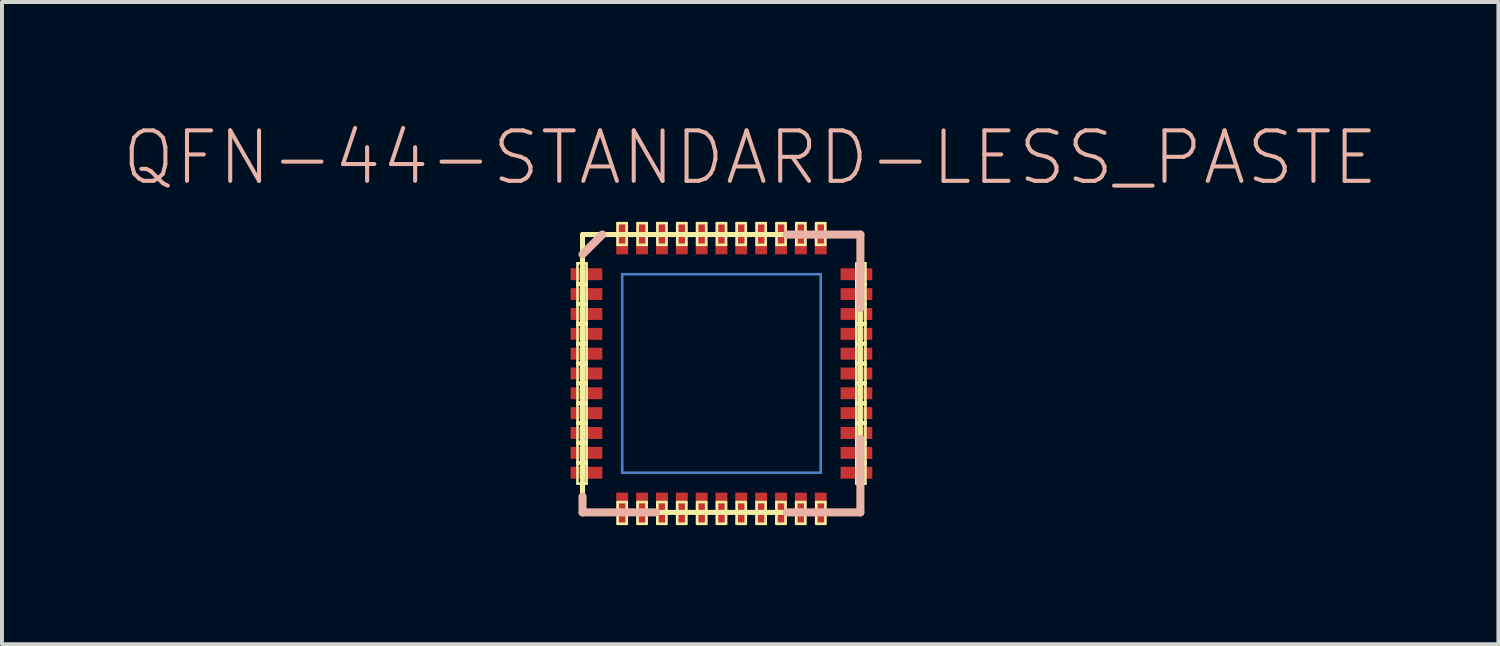
<source format=kicad_pcb>
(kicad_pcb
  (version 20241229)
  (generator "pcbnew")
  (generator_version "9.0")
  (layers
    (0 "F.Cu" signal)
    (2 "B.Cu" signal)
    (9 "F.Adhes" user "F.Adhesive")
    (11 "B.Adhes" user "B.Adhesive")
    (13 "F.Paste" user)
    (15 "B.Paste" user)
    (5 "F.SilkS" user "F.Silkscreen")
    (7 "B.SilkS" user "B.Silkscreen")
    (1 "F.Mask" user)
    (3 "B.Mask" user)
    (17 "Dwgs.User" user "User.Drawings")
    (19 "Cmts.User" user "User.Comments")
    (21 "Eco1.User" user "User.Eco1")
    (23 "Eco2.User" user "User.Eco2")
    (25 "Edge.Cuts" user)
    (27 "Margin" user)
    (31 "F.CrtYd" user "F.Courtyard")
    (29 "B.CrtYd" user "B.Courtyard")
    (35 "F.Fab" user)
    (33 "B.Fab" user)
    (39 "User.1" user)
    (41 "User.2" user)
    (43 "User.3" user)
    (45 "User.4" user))
  (footprint "QFN-44-STANDARD-LESS_PASTE"
    (layer "F.Cu")
    (at 15.116 6.354)
    (property "Reference" "QFN-44-STANDARD-LESS_PASTE" (at 0.724 -5.433 0) (layer "B.SilkS") (effects (font (size 1.27 1.27) (thickness 0.102))))
    (attr smd)
    (fp_line (start -2.499 -2.499) (end 2.499 -2.499) (stroke (width 0.066) (type solid)) (layer "B.Cu"))
    (fp_line (start -2.499 2.499) (end -2.499 -2.499) (stroke (width 0.066) (type solid)) (layer "B.Cu"))
    (fp_line (start -2.499 2.499) (end 2.499 2.499) (stroke (width 0.066) (type solid)) (layer "B.Cu"))
    (fp_line (start 2.499 2.499) (end 2.499 -2.499) (stroke (width 0.066) (type solid)) (layer "B.Cu"))
    (fp_line (start -3.625 -2.774) (end -3.396 -2.774) (stroke (width 0.066) (type solid)) (layer "F.SilkS"))
    (fp_line (start -3.625 -2.273) (end -3.396 -2.273) (stroke (width 0.066) (type solid)) (layer "F.SilkS"))
    (fp_line (start -3.625 -2.228) (end -3.625 -2.774) (stroke (width 0.066) (type solid)) (layer "F.SilkS"))
    (fp_line (start -3.625 -2.228) (end -3.396 -2.228) (stroke (width 0.066) (type solid)) (layer "F.SilkS"))
    (fp_line (start -3.625 -1.773) (end -3.396 -1.773) (stroke (width 0.066) (type solid)) (layer "F.SilkS"))
    (fp_line (start -3.625 -1.727) (end -3.625 -2.273) (stroke (width 0.066) (type solid)) (layer "F.SilkS"))
    (fp_line (start -3.625 -1.727) (end -3.396 -1.727) (stroke (width 0.066) (type solid)) (layer "F.SilkS"))
    (fp_line (start -3.625 -1.275) (end -3.396 -1.275) (stroke (width 0.066) (type solid)) (layer "F.SilkS"))
    (fp_line (start -3.625 -1.227) (end -3.625 -1.773) (stroke (width 0.066) (type solid)) (layer "F.SilkS"))
    (fp_line (start -3.625 -1.227) (end -3.396 -1.227) (stroke (width 0.066) (type solid)) (layer "F.SilkS"))
    (fp_line (start -3.625 -0.77) (end -3.396 -0.77) (stroke (width 0.066) (type solid)) (layer "F.SilkS"))
    (fp_line (start -3.625 -0.729) (end -3.625 -1.275) (stroke (width 0.066) (type solid)) (layer "F.SilkS"))
    (fp_line (start -3.625 -0.729) (end -3.396 -0.729) (stroke (width 0.066) (type solid)) (layer "F.SilkS"))
    (fp_line (start -3.625 -0.272) (end -3.396 -0.272) (stroke (width 0.066) (type solid)) (layer "F.SilkS"))
    (fp_line (start -3.625 -0.224) (end -3.625 -0.77) (stroke (width 0.066) (type solid)) (layer "F.SilkS"))
    (fp_line (start -3.625 -0.224) (end -3.396 -0.224) (stroke (width 0.066) (type solid)) (layer "F.SilkS"))
    (fp_line (start -3.625 0.226) (end -3.396 0.226) (stroke (width 0.066) (type solid)) (layer "F.SilkS"))
    (fp_line (start -3.625 0.272) (end -3.625 -0.272) (stroke (width 0.066) (type solid)) (layer "F.SilkS"))
    (fp_line (start -3.625 0.272) (end -3.396 0.272) (stroke (width 0.066) (type solid)) (layer "F.SilkS"))
    (fp_line (start -3.625 0.726) (end -3.396 0.726) (stroke (width 0.066) (type solid)) (layer "F.SilkS"))
    (fp_line (start -3.625 0.772) (end -3.625 0.226) (stroke (width 0.066) (type solid)) (layer "F.SilkS"))
    (fp_line (start -3.625 0.772) (end -3.396 0.772) (stroke (width 0.066) (type solid)) (layer "F.SilkS"))
    (fp_line (start -3.625 1.224) (end -3.396 1.224) (stroke (width 0.066) (type solid)) (layer "F.SilkS"))
    (fp_line (start -3.625 1.273) (end -3.625 0.726) (stroke (width 0.066) (type solid)) (layer "F.SilkS"))
    (fp_line (start -3.625 1.273) (end -3.396 1.273) (stroke (width 0.066) (type solid)) (layer "F.SilkS"))
    (fp_line (start -3.625 1.722) (end -3.396 1.722) (stroke (width 0.066) (type solid)) (layer "F.SilkS"))
    (fp_line (start -3.625 1.77) (end -3.625 1.224) (stroke (width 0.066) (type solid)) (layer "F.SilkS"))
    (fp_line (start -3.625 1.77) (end -3.396 1.77) (stroke (width 0.066) (type solid)) (layer "F.SilkS"))
    (fp_line (start -3.625 2.228) (end -3.396 2.228) (stroke (width 0.066) (type solid)) (layer "F.SilkS"))
    (fp_line (start -3.625 2.268) (end -3.625 1.722) (stroke (width 0.066) (type solid)) (layer "F.SilkS"))
    (fp_line (start -3.625 2.268) (end -3.396 2.268) (stroke (width 0.066) (type solid)) (layer "F.SilkS"))
    (fp_line (start -3.625 2.774) (end -3.625 2.228) (stroke (width 0.066) (type solid)) (layer "F.SilkS"))
    (fp_line (start -3.625 2.774) (end -3.396 2.774) (stroke (width 0.066) (type solid)) (layer "F.SilkS"))
    (fp_line (start -3.498 -3.498) (end -3.498 3.498) (stroke (width 0.127) (type solid)) (layer "F.SilkS"))
    (fp_line (start -3.399 3.498) (end 3.498 3.498) (stroke (width 0.127) (type solid)) (layer "F.SilkS"))
    (fp_line (start -3.396 -2.228) (end -3.396 -2.774) (stroke (width 0.066) (type solid)) (layer "F.SilkS"))
    (fp_line (start -3.396 -1.727) (end -3.396 -2.273) (stroke (width 0.066) (type solid)) (layer "F.SilkS"))
    (fp_line (start -3.396 -1.227) (end -3.396 -1.773) (stroke (width 0.066) (type solid)) (layer "F.SilkS"))
    (fp_line (start -3.396 -0.729) (end -3.396 -1.275) (stroke (width 0.066) (type solid)) (layer "F.SilkS"))
    (fp_line (start -3.396 -0.224) (end -3.396 -0.77) (stroke (width 0.066) (type solid)) (layer "F.SilkS"))
    (fp_line (start -3.396 0.272) (end -3.396 -0.272) (stroke (width 0.066) (type solid)) (layer "F.SilkS"))
    (fp_line (start -3.396 0.772) (end -3.396 0.226) (stroke (width 0.066) (type solid)) (layer "F.SilkS"))
    (fp_line (start -3.396 1.273) (end -3.396 0.726) (stroke (width 0.066) (type solid)) (layer "F.SilkS"))
    (fp_line (start -3.396 1.77) (end -3.396 1.224) (stroke (width 0.066) (type solid)) (layer "F.SilkS"))
    (fp_line (start -3.396 2.268) (end -3.396 1.722) (stroke (width 0.066) (type solid)) (layer "F.SilkS"))
    (fp_line (start -3.396 2.774) (end -3.396 2.228) (stroke (width 0.066) (type solid)) (layer "F.SilkS"))
    (fp_line (start -2.616 -3.785) (end -2.388 -3.785) (stroke (width 0.066) (type solid)) (layer "F.SilkS"))
    (fp_line (start -2.616 -3.239) (end -2.616 -3.785) (stroke (width 0.066) (type solid)) (layer "F.SilkS"))
    (fp_line (start -2.616 -3.239) (end -2.388 -3.239) (stroke (width 0.066) (type solid)) (layer "F.SilkS"))
    (fp_line (start -2.614 3.239) (end -2.385 3.239) (stroke (width 0.066) (type solid)) (layer "F.SilkS"))
    (fp_line (start -2.614 3.785) (end -2.614 3.239) (stroke (width 0.066) (type solid)) (layer "F.SilkS"))
    (fp_line (start -2.614 3.785) (end -2.385 3.785) (stroke (width 0.066) (type solid)) (layer "F.SilkS"))
    (fp_line (start -2.388 -3.239) (end -2.388 -3.785) (stroke (width 0.066) (type solid)) (layer "F.SilkS"))
    (fp_line (start -2.385 3.785) (end -2.385 3.239) (stroke (width 0.066) (type solid)) (layer "F.SilkS"))
    (fp_line (start -2.113 3.239) (end -1.885 3.239) (stroke (width 0.066) (type solid)) (layer "F.SilkS"))
    (fp_line (start -2.113 3.785) (end -2.113 3.239) (stroke (width 0.066) (type solid)) (layer "F.SilkS"))
    (fp_line (start -2.113 3.785) (end -1.885 3.785) (stroke (width 0.066) (type solid)) (layer "F.SilkS"))
    (fp_line (start -2.111 -3.785) (end -1.882 -3.785) (stroke (width 0.066) (type solid)) (layer "F.SilkS"))
    (fp_line (start -2.111 -3.239) (end -2.111 -3.785) (stroke (width 0.066) (type solid)) (layer "F.SilkS"))
    (fp_line (start -2.111 -3.239) (end -1.882 -3.239) (stroke (width 0.066) (type solid)) (layer "F.SilkS"))
    (fp_line (start -1.885 3.785) (end -1.885 3.239) (stroke (width 0.066) (type solid)) (layer "F.SilkS"))
    (fp_line (start -1.882 -3.239) (end -1.882 -3.785) (stroke (width 0.066) (type solid)) (layer "F.SilkS"))
    (fp_line (start -1.615 3.239) (end -1.387 3.239) (stroke (width 0.066) (type solid)) (layer "F.SilkS"))
    (fp_line (start -1.615 3.785) (end -1.615 3.239) (stroke (width 0.066) (type solid)) (layer "F.SilkS"))
    (fp_line (start -1.615 3.785) (end -1.387 3.785) (stroke (width 0.066) (type solid)) (layer "F.SilkS"))
    (fp_line (start -1.613 -3.785) (end -1.384 -3.785) (stroke (width 0.066) (type solid)) (layer "F.SilkS"))
    (fp_line (start -1.613 -3.239) (end -1.613 -3.785) (stroke (width 0.066) (type solid)) (layer "F.SilkS"))
    (fp_line (start -1.613 -3.239) (end -1.384 -3.239) (stroke (width 0.066) (type solid)) (layer "F.SilkS"))
    (fp_line (start -1.387 3.785) (end -1.387 3.239) (stroke (width 0.066) (type solid)) (layer "F.SilkS"))
    (fp_line (start -1.384 -3.239) (end -1.384 -3.785) (stroke (width 0.066) (type solid)) (layer "F.SilkS"))
    (fp_line (start -1.115 3.239) (end -0.886 3.239) (stroke (width 0.066) (type solid)) (layer "F.SilkS"))
    (fp_line (start -1.115 3.785) (end -1.115 3.239) (stroke (width 0.066) (type solid)) (layer "F.SilkS"))
    (fp_line (start -1.115 3.785) (end -0.886 3.785) (stroke (width 0.066) (type solid)) (layer "F.SilkS"))
    (fp_line (start -1.113 -3.785) (end -0.884 -3.785) (stroke (width 0.066) (type solid)) (layer "F.SilkS"))
    (fp_line (start -1.113 -3.239) (end -1.113 -3.785) (stroke (width 0.066) (type solid)) (layer "F.SilkS"))
    (fp_line (start -1.113 -3.239) (end -0.884 -3.239) (stroke (width 0.066) (type solid)) (layer "F.SilkS"))
    (fp_line (start -0.886 3.785) (end -0.886 3.239) (stroke (width 0.066) (type solid)) (layer "F.SilkS"))
    (fp_line (start -0.884 -3.239) (end -0.884 -3.785) (stroke (width 0.066) (type solid)) (layer "F.SilkS"))
    (fp_line (start -0.612 -3.785) (end -0.384 -3.785) (stroke (width 0.066) (type solid)) (layer "F.SilkS"))
    (fp_line (start -0.612 -3.239) (end -0.612 -3.785) (stroke (width 0.066) (type solid)) (layer "F.SilkS"))
    (fp_line (start -0.612 -3.239) (end -0.384 -3.239) (stroke (width 0.066) (type solid)) (layer "F.SilkS"))
    (fp_line (start -0.612 3.239) (end -0.384 3.239) (stroke (width 0.066) (type solid)) (layer "F.SilkS"))
    (fp_line (start -0.612 3.785) (end -0.612 3.239) (stroke (width 0.066) (type solid)) (layer "F.SilkS"))
    (fp_line (start -0.612 3.785) (end -0.384 3.785) (stroke (width 0.066) (type solid)) (layer "F.SilkS"))
    (fp_line (start -0.384 -3.239) (end -0.384 -3.785) (stroke (width 0.066) (type solid)) (layer "F.SilkS"))
    (fp_line (start -0.384 3.785) (end -0.384 3.239) (stroke (width 0.066) (type solid)) (layer "F.SilkS"))
    (fp_line (start -0.114 -3.785) (end 0.114 -3.785) (stroke (width 0.066) (type solid)) (layer "F.SilkS"))
    (fp_line (start -0.114 -3.239) (end -0.114 -3.785) (stroke (width 0.066) (type solid)) (layer "F.SilkS"))
    (fp_line (start -0.114 -3.239) (end 0.114 -3.239) (stroke (width 0.066) (type solid)) (layer "F.SilkS"))
    (fp_line (start -0.114 3.239) (end 0.114 3.239) (stroke (width 0.066) (type solid)) (layer "F.SilkS"))
    (fp_line (start -0.114 3.785) (end -0.114 3.239) (stroke (width 0.066) (type solid)) (layer "F.SilkS"))
    (fp_line (start -0.114 3.785) (end 0.114 3.785) (stroke (width 0.066) (type solid)) (layer "F.SilkS"))
    (fp_line (start 0.114 -3.239) (end 0.114 -3.785) (stroke (width 0.066) (type solid)) (layer "F.SilkS"))
    (fp_line (start 0.114 3.785) (end 0.114 3.239) (stroke (width 0.066) (type solid)) (layer "F.SilkS"))
    (fp_line (start 0.384 -3.785) (end 0.612 -3.785) (stroke (width 0.066) (type solid)) (layer "F.SilkS"))
    (fp_line (start 0.384 -3.239) (end 0.384 -3.785) (stroke (width 0.066) (type solid)) (layer "F.SilkS"))
    (fp_line (start 0.384 -3.239) (end 0.612 -3.239) (stroke (width 0.066) (type solid)) (layer "F.SilkS"))
    (fp_line (start 0.384 3.239) (end 0.612 3.239) (stroke (width 0.066) (type solid)) (layer "F.SilkS"))
    (fp_line (start 0.384 3.785) (end 0.384 3.239) (stroke (width 0.066) (type solid)) (layer "F.SilkS"))
    (fp_line (start 0.384 3.785) (end 0.612 3.785) (stroke (width 0.066) (type solid)) (layer "F.SilkS"))
    (fp_line (start 0.612 -3.239) (end 0.612 -3.785) (stroke (width 0.066) (type solid)) (layer "F.SilkS"))
    (fp_line (start 0.612 3.785) (end 0.612 3.239) (stroke (width 0.066) (type solid)) (layer "F.SilkS"))
    (fp_line (start 0.884 3.239) (end 1.113 3.239) (stroke (width 0.066) (type solid)) (layer "F.SilkS"))
    (fp_line (start 0.884 3.785) (end 0.884 3.239) (stroke (width 0.066) (type solid)) (layer "F.SilkS"))
    (fp_line (start 0.884 3.785) (end 1.113 3.785) (stroke (width 0.066) (type solid)) (layer "F.SilkS"))
    (fp_line (start 0.886 -3.785) (end 1.115 -3.785) (stroke (width 0.066) (type solid)) (layer "F.SilkS"))
    (fp_line (start 0.886 -3.239) (end 0.886 -3.785) (stroke (width 0.066) (type solid)) (layer "F.SilkS"))
    (fp_line (start 0.886 -3.239) (end 1.115 -3.239) (stroke (width 0.066) (type solid)) (layer "F.SilkS"))
    (fp_line (start 1.113 3.785) (end 1.113 3.239) (stroke (width 0.066) (type solid)) (layer "F.SilkS"))
    (fp_line (start 1.115 -3.239) (end 1.115 -3.785) (stroke (width 0.066) (type solid)) (layer "F.SilkS"))
    (fp_line (start 1.384 3.239) (end 1.613 3.239) (stroke (width 0.066) (type solid)) (layer "F.SilkS"))
    (fp_line (start 1.384 3.785) (end 1.384 3.239) (stroke (width 0.066) (type solid)) (layer "F.SilkS"))
    (fp_line (start 1.384 3.785) (end 1.613 3.785) (stroke (width 0.066) (type solid)) (layer "F.SilkS"))
    (fp_line (start 1.387 -3.785) (end 1.615 -3.785) (stroke (width 0.066) (type solid)) (layer "F.SilkS"))
    (fp_line (start 1.387 -3.239) (end 1.387 -3.785) (stroke (width 0.066) (type solid)) (layer "F.SilkS"))
    (fp_line (start 1.387 -3.239) (end 1.615 -3.239) (stroke (width 0.066) (type solid)) (layer "F.SilkS"))
    (fp_line (start 1.613 3.785) (end 1.613 3.239) (stroke (width 0.066) (type solid)) (layer "F.SilkS"))
    (fp_line (start 1.615 -3.239) (end 1.615 -3.785) (stroke (width 0.066) (type solid)) (layer "F.SilkS"))
    (fp_line (start 1.882 3.239) (end 2.111 3.239) (stroke (width 0.066) (type solid)) (layer "F.SilkS"))
    (fp_line (start 1.882 3.785) (end 1.882 3.239) (stroke (width 0.066) (type solid)) (layer "F.SilkS"))
    (fp_line (start 1.882 3.785) (end 2.111 3.785) (stroke (width 0.066) (type solid)) (layer "F.SilkS"))
    (fp_line (start 1.885 -3.785) (end 2.113 -3.785) (stroke (width 0.066) (type solid)) (layer "F.SilkS"))
    (fp_line (start 1.885 -3.239) (end 1.885 -3.785) (stroke (width 0.066) (type solid)) (layer "F.SilkS"))
    (fp_line (start 1.885 -3.239) (end 2.113 -3.239) (stroke (width 0.066) (type solid)) (layer "F.SilkS"))
    (fp_line (start 2.111 3.785) (end 2.111 3.239) (stroke (width 0.066) (type solid)) (layer "F.SilkS"))
    (fp_line (start 2.113 -3.239) (end 2.113 -3.785) (stroke (width 0.066) (type solid)) (layer "F.SilkS"))
    (fp_line (start 2.385 -3.785) (end 2.614 -3.785) (stroke (width 0.066) (type solid)) (layer "F.SilkS"))
    (fp_line (start 2.385 -3.239) (end 2.385 -3.785) (stroke (width 0.066) (type solid)) (layer "F.SilkS"))
    (fp_line (start 2.385 -3.239) (end 2.614 -3.239) (stroke (width 0.066) (type solid)) (layer "F.SilkS"))
    (fp_line (start 2.388 3.239) (end 2.616 3.239) (stroke (width 0.066) (type solid)) (layer "F.SilkS"))
    (fp_line (start 2.388 3.785) (end 2.388 3.239) (stroke (width 0.066) (type solid)) (layer "F.SilkS"))
    (fp_line (start 2.388 3.785) (end 2.616 3.785) (stroke (width 0.066) (type solid)) (layer "F.SilkS"))
    (fp_line (start 2.614 -3.239) (end 2.614 -3.785) (stroke (width 0.066) (type solid)) (layer "F.SilkS"))
    (fp_line (start 2.616 3.785) (end 2.616 3.239) (stroke (width 0.066) (type solid)) (layer "F.SilkS"))
    (fp_line (start 3.396 -2.774) (end 3.625 -2.774) (stroke (width 0.066) (type solid)) (layer "F.SilkS"))
    (fp_line (start 3.396 -2.268) (end 3.625 -2.268) (stroke (width 0.066) (type solid)) (layer "F.SilkS"))
    (fp_line (start 3.396 -2.228) (end 3.396 -2.774) (stroke (width 0.066) (type solid)) (layer "F.SilkS"))
    (fp_line (start 3.396 -2.228) (end 3.625 -2.228) (stroke (width 0.066) (type solid)) (layer "F.SilkS"))
    (fp_line (start 3.396 -1.77) (end 3.625 -1.77) (stroke (width 0.066) (type solid)) (layer "F.SilkS"))
    (fp_line (start 3.396 -1.722) (end 3.396 -2.268) (stroke (width 0.066) (type solid)) (layer "F.SilkS"))
    (fp_line (start 3.396 -1.722) (end 3.625 -1.722) (stroke (width 0.066) (type solid)) (layer "F.SilkS"))
    (fp_line (start 3.396 -1.273) (end 3.625 -1.273) (stroke (width 0.066) (type solid)) (layer "F.SilkS"))
    (fp_line (start 3.396 -1.224) (end 3.396 -1.77) (stroke (width 0.066) (type solid)) (layer "F.SilkS"))
    (fp_line (start 3.396 -1.224) (end 3.625 -1.224) (stroke (width 0.066) (type solid)) (layer "F.SilkS"))
    (fp_line (start 3.396 -0.772) (end 3.625 -0.772) (stroke (width 0.066) (type solid)) (layer "F.SilkS"))
    (fp_line (start 3.396 -0.726) (end 3.396 -1.273) (stroke (width 0.066) (type solid)) (layer "F.SilkS"))
    (fp_line (start 3.396 -0.726) (end 3.625 -0.726) (stroke (width 0.066) (type solid)) (layer "F.SilkS"))
    (fp_line (start 3.396 -0.272) (end 3.625 -0.272) (stroke (width 0.066) (type solid)) (layer "F.SilkS"))
    (fp_line (start 3.396 -0.226) (end 3.396 -0.772) (stroke (width 0.066) (type solid)) (layer "F.SilkS"))
    (fp_line (start 3.396 -0.226) (end 3.625 -0.226) (stroke (width 0.066) (type solid)) (layer "F.SilkS"))
    (fp_line (start 3.396 0.224) (end 3.625 0.224) (stroke (width 0.066) (type solid)) (layer "F.SilkS"))
    (fp_line (start 3.396 0.272) (end 3.396 -0.272) (stroke (width 0.066) (type solid)) (layer "F.SilkS"))
    (fp_line (start 3.396 0.272) (end 3.625 0.272) (stroke (width 0.066) (type solid)) (layer "F.SilkS"))
    (fp_line (start 3.396 0.729) (end 3.625 0.729) (stroke (width 0.066) (type solid)) (layer "F.SilkS"))
    (fp_line (start 3.396 0.77) (end 3.396 0.224) (stroke (width 0.066) (type solid)) (layer "F.SilkS"))
    (fp_line (start 3.396 0.77) (end 3.625 0.77) (stroke (width 0.066) (type solid)) (layer "F.SilkS"))
    (fp_line (start 3.396 1.227) (end 3.625 1.227) (stroke (width 0.066) (type solid)) (layer "F.SilkS"))
    (fp_line (start 3.396 1.275) (end 3.396 0.729) (stroke (width 0.066) (type solid)) (layer "F.SilkS"))
    (fp_line (start 3.396 1.275) (end 3.625 1.275) (stroke (width 0.066) (type solid)) (layer "F.SilkS"))
    (fp_line (start 3.396 1.727) (end 3.625 1.727) (stroke (width 0.066) (type solid)) (layer "F.SilkS"))
    (fp_line (start 3.396 1.773) (end 3.396 1.227) (stroke (width 0.066) (type solid)) (layer "F.SilkS"))
    (fp_line (start 3.396 1.773) (end 3.625 1.773) (stroke (width 0.066) (type solid)) (layer "F.SilkS"))
    (fp_line (start 3.396 2.228) (end 3.625 2.228) (stroke (width 0.066) (type solid)) (layer "F.SilkS"))
    (fp_line (start 3.396 2.273) (end 3.396 1.727) (stroke (width 0.066) (type solid)) (layer "F.SilkS"))
    (fp_line (start 3.396 2.273) (end 3.625 2.273) (stroke (width 0.066) (type solid)) (layer "F.SilkS"))
    (fp_line (start 3.396 2.774) (end 3.396 2.228) (stroke (width 0.066) (type solid)) (layer "F.SilkS"))
    (fp_line (start 3.396 2.774) (end 3.625 2.774) (stroke (width 0.066) (type solid)) (layer "F.SilkS"))
    (fp_line (start 3.498 -3.498) (end -3.498 -3.498) (stroke (width 0.127) (type solid)) (layer "F.SilkS"))
    (fp_line (start 3.498 3.498) (end 3.498 -3.498) (stroke (width 0.127) (type solid)) (layer "F.SilkS"))
    (fp_line (start 3.625 -2.228) (end 3.625 -2.774) (stroke (width 0.066) (type solid)) (layer "F.SilkS"))
    (fp_line (start 3.625 -1.722) (end 3.625 -2.268) (stroke (width 0.066) (type solid)) (layer "F.SilkS"))
    (fp_line (start 3.625 -1.224) (end 3.625 -1.77) (stroke (width 0.066) (type solid)) (layer "F.SilkS"))
    (fp_line (start 3.625 -0.726) (end 3.625 -1.273) (stroke (width 0.066) (type solid)) (layer "F.SilkS"))
    (fp_line (start 3.625 -0.226) (end 3.625 -0.772) (stroke (width 0.066) (type solid)) (layer "F.SilkS"))
    (fp_line (start 3.625 0.272) (end 3.625 -0.272) (stroke (width 0.066) (type solid)) (layer "F.SilkS"))
    (fp_line (start 3.625 0.77) (end 3.625 0.224) (stroke (width 0.066) (type solid)) (layer "F.SilkS"))
    (fp_line (start 3.625 1.275) (end 3.625 0.729) (stroke (width 0.066) (type solid)) (layer "F.SilkS"))
    (fp_line (start 3.625 1.773) (end 3.625 1.227) (stroke (width 0.066) (type solid)) (layer "F.SilkS"))
    (fp_line (start 3.625 2.273) (end 3.625 1.727) (stroke (width 0.066) (type solid)) (layer "F.SilkS"))
    (fp_line (start 3.625 2.774) (end 3.625 2.228) (stroke (width 0.066) (type solid)) (layer "F.SilkS"))
    (fp_line (start -3.498 3.498) (end -3.498 3.099) (stroke (width 0.203) (type solid)) (layer "B.SilkS"))
    (fp_line (start -3 -3.498) (end -3.498 -3) (stroke (width 0.203) (type solid)) (layer "B.SilkS"))
    (fp_line (start -1.648 3.498) (end -3.498 3.498) (stroke (width 0.203) (type solid)) (layer "B.SilkS"))
    (fp_line (start 1.648 3.498) (end 3.498 3.498) (stroke (width 0.203) (type solid)) (layer "B.SilkS"))
    (fp_line (start 3.498 -3.498) (end 1.648 -3.498) (stroke (width 0.203) (type solid)) (layer "B.SilkS"))
    (fp_line (start 3.498 -1.648) (end 3.498 -3.498) (stroke (width 0.203) (type solid)) (layer "B.SilkS"))
    (fp_line (start 3.498 1.648) (end 3.498 3.498) (stroke (width 0.203) (type solid)) (layer "B.SilkS"))
    (pad "1" smd rect (at -3.399 -2.499 180) (size 0.798 0.3) (layers "F.Cu" "F.Mask" "F.Paste"))
    (pad "2" smd rect (at -3.399 -1.999 180) (size 0.798 0.3) (layers "F.Cu" "F.Mask" "F.Paste"))
    (pad "3" smd rect (at -3.399 -1.499 180) (size 0.798 0.3) (layers "F.Cu" "F.Mask" "F.Paste"))
    (pad "4" smd rect (at -3.399 -0.998 180) (size 0.798 0.3) (layers "F.Cu" "F.Mask" "F.Paste"))
    (pad "5" smd rect (at -3.399 -0.498 180) (size 0.798 0.3) (layers "F.Cu" "F.Mask" "F.Paste"))
    (pad "6" smd rect (at -3.399 0 180) (size 0.798 0.3) (layers "F.Cu" "F.Mask" "F.Paste"))
    (pad "7" smd rect (at -3.399 0.498) (size 0.798 0.3) (layers "F.Cu" "F.Mask" "F.Paste"))
    (pad "8" smd rect (at -3.399 0.998) (size 0.798 0.3) (layers "F.Cu" "F.Mask" "F.Paste"))
    (pad "9" smd rect (at -3.399 1.499) (size 0.798 0.3) (layers "F.Cu" "F.Mask" "F.Paste"))
    (pad "10" smd rect (at -3.399 1.999) (size 0.798 0.3) (layers "F.Cu" "F.Mask" "F.Paste"))
    (pad "11" smd rect (at -3.399 2.499) (size 0.798 0.3) (layers "F.Cu" "F.Mask" "F.Paste"))
    (pad "12" smd rect (at -2.499 3.399 270) (size 0.798 0.3) (layers "F.Cu" "F.Mask" "F.Paste"))
    (pad "13" smd rect (at -1.999 3.399 270) (size 0.798 0.3) (layers "F.Cu" "F.Mask" "F.Paste"))
    (pad "14" smd rect (at -1.499 3.399 270) (size 0.798 0.3) (layers "F.Cu" "F.Mask" "F.Paste"))
    (pad "15" smd rect (at -0.998 3.399 270) (size 0.798 0.3) (layers "F.Cu" "F.Mask" "F.Paste"))
    (pad "16" smd rect (at -0.498 3.399 270) (size 0.798 0.3) (layers "F.Cu" "F.Mask" "F.Paste"))
    (pad "17" smd rect (at 0 3.399 270) (size 0.798 0.3) (layers "F.Cu" "F.Mask" "F.Paste"))
    (pad "18" smd rect (at 0.498 3.399 90) (size 0.798 0.3) (layers "F.Cu" "F.Mask" "F.Paste"))
    (pad "19" smd rect (at 0.998 3.399 90) (size 0.798 0.3) (layers "F.Cu" "F.Mask" "F.Paste"))
    (pad "20" smd rect (at 1.499 3.399 90) (size 0.798 0.3) (layers "F.Cu" "F.Mask" "F.Paste"))
    (pad "21" smd rect (at 1.999 3.399 90) (size 0.798 0.3) (layers "F.Cu" "F.Mask" "F.Paste"))
    (pad "22" smd rect (at 2.499 3.399 90) (size 0.798 0.3) (layers "F.Cu" "F.Mask" "F.Paste"))
    (pad "23" smd rect (at 3.399 2.499) (size 0.798 0.3) (layers "F.Cu" "F.Mask" "F.Paste"))
    (pad "24" smd rect (at 3.399 1.999) (size 0.798 0.3) (layers "F.Cu" "F.Mask" "F.Paste"))
    (pad "25" smd rect (at 3.399 1.499) (size 0.798 0.3) (layers "F.Cu" "F.Mask" "F.Paste"))
    (pad "26" smd rect (at 3.399 0.998) (size 0.798 0.3) (layers "F.Cu" "F.Mask" "F.Paste"))
    (pad "27" smd rect (at 3.399 0.498) (size 0.798 0.3) (layers "F.Cu" "F.Mask" "F.Paste"))
    (pad "28" smd rect (at 3.399 0) (size 0.798 0.3) (layers "F.Cu" "F.Mask" "F.Paste"))
    (pad "29" smd rect (at 3.399 -0.498 180) (size 0.798 0.3) (layers "F.Cu" "F.Mask" "F.Paste"))
    (pad "30" smd rect (at 3.399 -0.998 180) (size 0.798 0.3) (layers "F.Cu" "F.Mask" "F.Paste"))
    (pad "31" smd rect (at 3.399 -1.499 180) (size 0.798 0.3) (layers "F.Cu" "F.Mask" "F.Paste"))
    (pad "32" smd rect (at 3.399 -1.999 180) (size 0.798 0.3) (layers "F.Cu" "F.Mask" "F.Paste"))
    (pad "33" smd rect (at 3.399 -2.499 180) (size 0.798 0.3) (layers "F.Cu" "F.Mask" "F.Paste"))
    (pad "34" smd rect (at 2.499 -3.399 90) (size 0.798 0.3) (layers "F.Cu" "F.Mask" "F.Paste"))
    (pad "35" smd rect (at 1.999 -3.399 90) (size 0.798 0.3) (layers "F.Cu" "F.Mask" "F.Paste"))
    (pad "36" smd rect (at 1.499 -3.399 90) (size 0.798 0.3) (layers "F.Cu" "F.Mask" "F.Paste"))
    (pad "37" smd rect (at 0.998 -3.399 90) (size 0.798 0.3) (layers "F.Cu" "F.Mask" "F.Paste"))
    (pad "38" smd rect (at 0.498 -3.399 90) (size 0.798 0.3) (layers "F.Cu" "F.Mask" "F.Paste"))
    (pad "39" smd rect (at 0 -3.399 90) (size 0.798 0.3) (layers "F.Cu" "F.Mask" "F.Paste"))
    (pad "40" smd rect (at -0.498 -3.399 270) (size 0.798 0.3) (layers "F.Cu" "F.Mask" "F.Paste"))
    (pad "41" smd rect (at -0.998 -3.399 270) (size 0.798 0.3) (layers "F.Cu" "F.Mask" "F.Paste"))
    (pad "42" smd rect (at -1.499 -3.399 270) (size 0.798 0.3) (layers "F.Cu" "F.Mask" "F.Paste"))
    (pad "43" smd rect (at -1.999 -3.399 270) (size 0.798 0.3) (layers "F.Cu" "F.Mask" "F.Paste"))
    (pad "44" smd rect (at -2.499 -3.399 270) (size 0.798 0.3) (layers "F.Cu" "F.Mask" "F.Paste")))
  (gr_rect
    (start -3 -3)
    (end 34.68 13.172)
    (stroke (width 0.1) (type default))
    (fill no)
    (layer "Edge.Cuts")))
</source>
